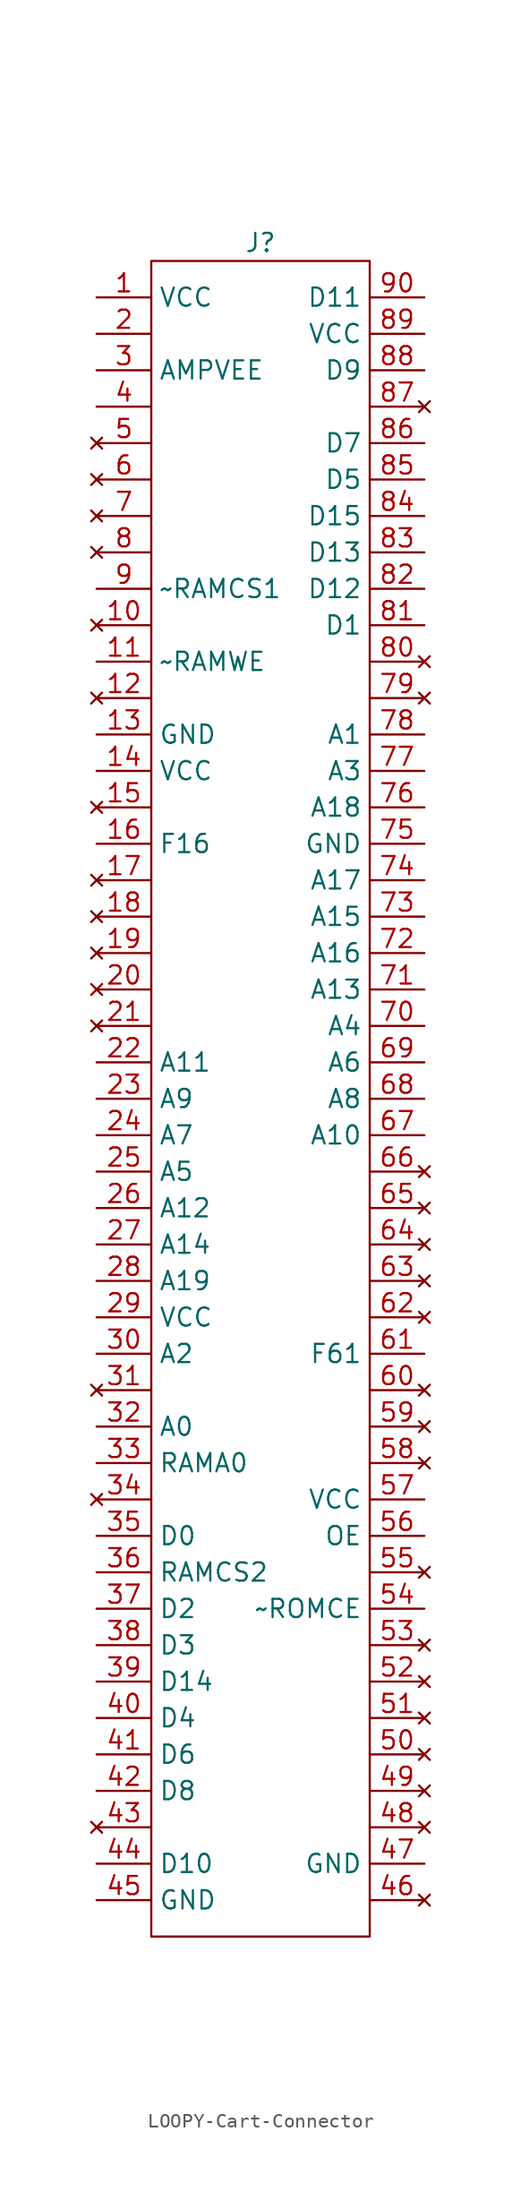
<source format=kicad_sym>
(kicad_symbol_lib
  (version 20220914)
  (generator kicad_symbol_editor)
  (symbol "LOOPY-Cart-Connector"
    (property "Reference" "J"
      (at 0 1.27 0)
      (effects (font (size 1.27 1.27))))
    (property "Value" ""
      (at 0 0 0)
      (effects (font (size 1.27 1.27))))
    (symbol "LOOPY-Cart-Connector_0_1"
      (rectangle (start -7.62 0) (end 7.62 -116.84) (stroke (width 0) (type default)) (fill (type none))))
    (symbol "LOOPY-Cart-Connector_1_1"
      (pin power_in line (at -11.43 -2.54 0) (length 3.81) (name "VCC" (effects (font (size 1.27 1.27)))) (number "1" (effects (font (size 1.27 1.27)))))
      (pin no_connect line (at -11.43 -25.4 0) (length 3.81) (name "" (effects (font (size 1.27 1.27)))) (number "10" (effects (font (size 1.27 1.27)))))
      (pin output line (at -11.43 -27.94 0) (length 3.81) (name "~RAMWE" (effects (font (size 1.27 1.27)))) (number "11" (effects (font (size 1.27 1.27)))))
      (pin no_connect line (at -11.43 -30.48 0) (length 3.81) (name "" (effects (font (size 1.27 1.27)))) (number "12" (effects (font (size 1.27 1.27)))))
      (pin power_in line (at -11.43 -33.02 0) (length 3.81) (name "GND" (effects (font (size 1.27 1.27)))) (number "13" (effects (font (size 1.27 1.27)))))
      (pin power_in line (at -11.43 -35.56 0) (length 3.81) (name "VCC" (effects (font (size 1.27 1.27)))) (number "14" (effects (font (size 1.27 1.27)))))
      (pin no_connect line (at -11.43 -38.1 0) (length 3.81) (name "" (effects (font (size 1.27 1.27)))) (number "15" (effects (font (size 1.27 1.27)))))
      (pin passive line (at -11.43 -40.64 0) (length 3.81) (name "F16" (effects (font (size 1.27 1.27)))) (number "16" (effects (font (size 1.27 1.27)))))
      (pin no_connect line (at -11.43 -43.18 0) (length 3.81) (name "" (effects (font (size 1.27 1.27)))) (number "17" (effects (font (size 1.27 1.27)))))
      (pin no_connect line (at -11.43 -45.72 0) (length 3.81) (name "" (effects (font (size 1.27 1.27)))) (number "18" (effects (font (size 1.27 1.27)))))
      (pin no_connect line (at -11.43 -48.26 0) (length 3.81) (name "" (effects (font (size 1.27 1.27)))) (number "19" (effects (font (size 1.27 1.27)))))
      (pin bidirectional line (at -11.43 -5.08 0) (length 3.81) (name "" (effects (font (size 1.27 1.27)))) (number "2" (effects (font (size 1.27 1.27)))))
      (pin no_connect line (at -11.43 -50.8 0) (length 3.81) (name "" (effects (font (size 1.27 1.27)))) (number "20" (effects (font (size 1.27 1.27)))))
      (pin no_connect line (at -11.43 -53.34 0) (length 3.81) (name "" (effects (font (size 1.27 1.27)))) (number "21" (effects (font (size 1.27 1.27)))))
      (pin bidirectional line (at -11.43 -55.88 0) (length 3.81) (name "A11" (effects (font (size 1.27 1.27)))) (number "22" (effects (font (size 1.27 1.27)))))
      (pin bidirectional line (at -11.43 -58.42 0) (length 3.81) (name "A9" (effects (font (size 1.27 1.27)))) (number "23" (effects (font (size 1.27 1.27)))))
      (pin bidirectional line (at -11.43 -60.96 0) (length 3.81) (name "A7" (effects (font (size 1.27 1.27)))) (number "24" (effects (font (size 1.27 1.27)))))
      (pin bidirectional line (at -11.43 -63.5 0) (length 3.81) (name "A5" (effects (font (size 1.27 1.27)))) (number "25" (effects (font (size 1.27 1.27)))))
      (pin bidirectional line (at -11.43 -66.04 0) (length 3.81) (name "A12" (effects (font (size 1.27 1.27)))) (number "26" (effects (font (size 1.27 1.27)))))
      (pin bidirectional line (at -11.43 -68.58 0) (length 3.81) (name "A14" (effects (font (size 1.27 1.27)))) (number "27" (effects (font (size 1.27 1.27)))))
      (pin bidirectional line (at -11.43 -71.12 0) (length 3.81) (name "A19" (effects (font (size 1.27 1.27)))) (number "28" (effects (font (size 1.27 1.27)))))
      (pin power_out line (at -11.43 -73.66 0) (length 3.81) (name "VCC" (effects (font (size 1.27 1.27)))) (number "29" (effects (font (size 1.27 1.27)))))
      (pin power_in line (at -11.43 -7.62 0) (length 3.81) (name "AMPVEE" (effects (font (size 1.27 1.27)))) (number "3" (effects (font (size 1.27 1.27)))))
      (pin bidirectional line (at -11.43 -76.2 0) (length 3.81) (name "A2" (effects (font (size 1.27 1.27)))) (number "30" (effects (font (size 1.27 1.27)))))
      (pin no_connect line (at -11.43 -78.74 0) (length 3.81) (name "" (effects (font (size 1.27 1.27)))) (number "31" (effects (font (size 1.27 1.27)))))
      (pin bidirectional line (at -11.43 -81.28 0) (length 3.81) (name "A0" (effects (font (size 1.27 1.27)))) (number "32" (effects (font (size 1.27 1.27)))))
      (pin bidirectional line (at -11.43 -83.82 0) (length 3.81) (name "RAMA0" (effects (font (size 1.27 1.27)))) (number "33" (effects (font (size 1.27 1.27)))))
      (pin no_connect line (at -11.43 -86.36 0) (length 3.81) (name "" (effects (font (size 1.27 1.27)))) (number "34" (effects (font (size 1.27 1.27)))))
      (pin bidirectional line (at -11.43 -88.9 0) (length 3.81) (name "D0" (effects (font (size 1.27 1.27)))) (number "35" (effects (font (size 1.27 1.27)))))
      (pin output line (at -11.43 -91.44 0) (length 3.81) (name "RAMCS2" (effects (font (size 1.27 1.27)))) (number "36" (effects (font (size 1.27 1.27)))))
      (pin bidirectional line (at -11.43 -93.98 0) (length 3.81) (name "D2" (effects (font (size 1.27 1.27)))) (number "37" (effects (font (size 1.27 1.27)))))
      (pin bidirectional line (at -11.43 -96.52 0) (length 3.81) (name "D3" (effects (font (size 1.27 1.27)))) (number "38" (effects (font (size 1.27 1.27)))))
      (pin bidirectional line (at -11.43 -99.06 0) (length 3.81) (name "D14" (effects (font (size 1.27 1.27)))) (number "39" (effects (font (size 1.27 1.27)))))
      (pin bidirectional line (at -11.43 -10.16 0) (length 3.81) (name "" (effects (font (size 1.27 1.27)))) (number "4" (effects (font (size 1.27 1.27)))))
      (pin bidirectional line (at -11.43 -101.6 0) (length 3.81) (name "D4" (effects (font (size 1.27 1.27)))) (number "40" (effects (font (size 1.27 1.27)))))
      (pin bidirectional line (at -11.43 -104.14 0) (length 3.81) (name "D6" (effects (font (size 1.27 1.27)))) (number "41" (effects (font (size 1.27 1.27)))))
      (pin bidirectional line (at -11.43 -106.68 0) (length 3.81) (name "D8" (effects (font (size 1.27 1.27)))) (number "42" (effects (font (size 1.27 1.27)))))
      (pin no_connect line (at -11.43 -109.22 0) (length 3.81) (name "" (effects (font (size 1.27 1.27)))) (number "43" (effects (font (size 1.27 1.27)))))
      (pin bidirectional line (at -11.43 -111.76 0) (length 3.81) (name "D10" (effects (font (size 1.27 1.27)))) (number "44" (effects (font (size 1.27 1.27)))))
      (pin power_in line (at -11.43 -114.3 0) (length 3.81) (name "GND" (effects (font (size 1.27 1.27)))) (number "45" (effects (font (size 1.27 1.27)))))
      (pin no_connect line (at 11.43 -114.3 180) (length 3.81) (name "" (effects (font (size 1.27 1.27)))) (number "46" (effects (font (size 1.27 1.27)))))
      (pin power_in line (at 11.43 -111.76 180) (length 3.81) (name "GND" (effects (font (size 1.27 1.27)))) (number "47" (effects (font (size 1.27 1.27)))))
      (pin no_connect line (at 11.43 -109.22 180) (length 3.81) (name "" (effects (font (size 1.27 1.27)))) (number "48" (effects (font (size 1.27 1.27)))))
      (pin no_connect line (at 11.43 -106.68 180) (length 3.81) (name "" (effects (font (size 1.27 1.27)))) (number "49" (effects (font (size 1.27 1.27)))))
      (pin no_connect line (at -11.43 -12.7 0) (length 3.81) (name "" (effects (font (size 1.27 1.27)))) (number "5" (effects (font (size 1.27 1.27)))))
      (pin no_connect line (at 11.43 -104.14 180) (length 3.81) (name "" (effects (font (size 1.27 1.27)))) (number "50" (effects (font (size 1.27 1.27)))))
      (pin no_connect line (at 11.43 -101.6 180) (length 3.81) (name "" (effects (font (size 1.27 1.27)))) (number "51" (effects (font (size 1.27 1.27)))))
      (pin no_connect line (at 11.43 -99.06 180) (length 3.81) (name "" (effects (font (size 1.27 1.27)))) (number "52" (effects (font (size 1.27 1.27)))))
      (pin no_connect line (at 11.43 -96.52 180) (length 3.81) (name "" (effects (font (size 1.27 1.27)))) (number "53" (effects (font (size 1.27 1.27)))))
      (pin output line (at 11.43 -93.98 180) (length 3.81) (name "~ROMCE" (effects (font (size 1.27 1.27)))) (number "54" (effects (font (size 1.27 1.27)))))
      (pin no_connect line (at 11.43 -91.44 180) (length 3.81) (name "" (effects (font (size 1.27 1.27)))) (number "55" (effects (font (size 1.27 1.27)))))
      (pin passive line (at 11.43 -88.9 180) (length 3.81) (name "OE" (effects (font (size 1.27 1.27)))) (number "56" (effects (font (size 1.27 1.27)))))
      (pin power_in line (at 11.43 -86.36 180) (length 3.81) (name "VCC" (effects (font (size 1.27 1.27)))) (number "57" (effects (font (size 1.27 1.27)))))
      (pin no_connect line (at 11.43 -83.82 180) (length 3.81) (name "" (effects (font (size 1.27 1.27)))) (number "58" (effects (font (size 1.27 1.27)))))
      (pin no_connect line (at 11.43 -81.28 180) (length 3.81) (name "" (effects (font (size 1.27 1.27)))) (number "59" (effects (font (size 1.27 1.27)))))
      (pin no_connect line (at -11.43 -15.24 0) (length 3.81) (name "" (effects (font (size 1.27 1.27)))) (number "6" (effects (font (size 1.27 1.27)))))
      (pin no_connect line (at 11.43 -78.74 180) (length 3.81) (name "" (effects (font (size 1.27 1.27)))) (number "60" (effects (font (size 1.27 1.27)))))
      (pin passive line (at 11.43 -76.2 180) (length 3.81) (name "F61" (effects (font (size 1.27 1.27)))) (number "61" (effects (font (size 1.27 1.27)))))
      (pin no_connect line (at 11.43 -73.66 180) (length 3.81) (name "" (effects (font (size 1.27 1.27)))) (number "62" (effects (font (size 1.27 1.27)))))
      (pin no_connect line (at 11.43 -71.12 180) (length 3.81) (name "" (effects (font (size 1.27 1.27)))) (number "63" (effects (font (size 1.27 1.27)))))
      (pin no_connect line (at 11.43 -68.58 180) (length 3.81) (name "" (effects (font (size 1.27 1.27)))) (number "64" (effects (font (size 1.27 1.27)))))
      (pin no_connect line (at 11.43 -66.04 180) (length 3.81) (name "" (effects (font (size 1.27 1.27)))) (number "65" (effects (font (size 1.27 1.27)))))
      (pin no_connect line (at 11.43 -63.5 180) (length 3.81) (name "" (effects (font (size 1.27 1.27)))) (number "66" (effects (font (size 1.27 1.27)))))
      (pin bidirectional line (at 11.43 -60.96 180) (length 3.81) (name "A10" (effects (font (size 1.27 1.27)))) (number "67" (effects (font (size 1.27 1.27)))))
      (pin bidirectional line (at 11.43 -58.42 180) (length 3.81) (name "A8" (effects (font (size 1.27 1.27)))) (number "68" (effects (font (size 1.27 1.27)))))
      (pin bidirectional line (at 11.43 -55.88 180) (length 3.81) (name "A6" (effects (font (size 1.27 1.27)))) (number "69" (effects (font (size 1.27 1.27)))))
      (pin no_connect line (at -11.43 -17.78 0) (length 3.81) (name "" (effects (font (size 1.27 1.27)))) (number "7" (effects (font (size 1.27 1.27)))))
      (pin bidirectional line (at 11.43 -53.34 180) (length 3.81) (name "A4" (effects (font (size 1.27 1.27)))) (number "70" (effects (font (size 1.27 1.27)))))
      (pin bidirectional line (at 11.43 -50.8 180) (length 3.81) (name "A13" (effects (font (size 1.27 1.27)))) (number "71" (effects (font (size 1.27 1.27)))))
      (pin bidirectional line (at 11.43 -48.26 180) (length 3.81) (name "A16" (effects (font (size 1.27 1.27)))) (number "72" (effects (font (size 1.27 1.27)))))
      (pin bidirectional line (at 11.43 -45.72 180) (length 3.81) (name "A15" (effects (font (size 1.27 1.27)))) (number "73" (effects (font (size 1.27 1.27)))))
      (pin bidirectional line (at 11.43 -43.18 180) (length 3.81) (name "A17" (effects (font (size 1.27 1.27)))) (number "74" (effects (font (size 1.27 1.27)))))
      (pin power_in line (at 11.43 -40.64 180) (length 3.81) (name "GND" (effects (font (size 1.27 1.27)))) (number "75" (effects (font (size 1.27 1.27)))))
      (pin bidirectional line (at 11.43 -38.1 180) (length 3.81) (name "A18" (effects (font (size 1.27 1.27)))) (number "76" (effects (font (size 1.27 1.27)))))
      (pin bidirectional line (at 11.43 -35.56 180) (length 3.81) (name "A3" (effects (font (size 1.27 1.27)))) (number "77" (effects (font (size 1.27 1.27)))))
      (pin bidirectional line (at 11.43 -33.02 180) (length 3.81) (name "A1" (effects (font (size 1.27 1.27)))) (number "78" (effects (font (size 1.27 1.27)))))
      (pin no_connect line (at 11.43 -30.48 180) (length 3.81) (name "" (effects (font (size 1.27 1.27)))) (number "79" (effects (font (size 1.27 1.27)))))
      (pin no_connect line (at -11.43 -20.32 0) (length 3.81) (name "" (effects (font (size 1.27 1.27)))) (number "8" (effects (font (size 1.27 1.27)))))
      (pin no_connect line (at 11.43 -27.94 180) (length 3.81) (name "" (effects (font (size 1.27 1.27)))) (number "80" (effects (font (size 1.27 1.27)))))
      (pin bidirectional line (at 11.43 -25.4 180) (length 3.81) (name "D1" (effects (font (size 1.27 1.27)))) (number "81" (effects (font (size 1.27 1.27)))))
      (pin bidirectional line (at 11.43 -22.86 180) (length 3.81) (name "D12" (effects (font (size 1.27 1.27)))) (number "82" (effects (font (size 1.27 1.27)))))
      (pin bidirectional line (at 11.43 -20.32 180) (length 3.81) (name "D13" (effects (font (size 1.27 1.27)))) (number "83" (effects (font (size 1.27 1.27)))))
      (pin bidirectional line (at 11.43 -17.78 180) (length 3.81) (name "D15" (effects (font (size 1.27 1.27)))) (number "84" (effects (font (size 1.27 1.27)))))
      (pin bidirectional line (at 11.43 -15.24 180) (length 3.81) (name "D5" (effects (font (size 1.27 1.27)))) (number "85" (effects (font (size 1.27 1.27)))))
      (pin bidirectional line (at 11.43 -12.7 180) (length 3.81) (name "D7" (effects (font (size 1.27 1.27)))) (number "86" (effects (font (size 1.27 1.27)))))
      (pin no_connect line (at 11.43 -10.16 180) (length 3.81) (name "" (effects (font (size 1.27 1.27)))) (number "87" (effects (font (size 1.27 1.27)))))
      (pin bidirectional line (at 11.43 -7.62 180) (length 3.81) (name "D9" (effects (font (size 1.27 1.27)))) (number "88" (effects (font (size 1.27 1.27)))))
      (pin power_in line (at 11.43 -5.08 180) (length 3.81) (name "VCC" (effects (font (size 1.27 1.27)))) (number "89" (effects (font (size 1.27 1.27)))))
      (pin output line (at -11.43 -22.86 0) (length 3.81) (name "~RAMCS1" (effects (font (size 1.27 1.27)))) (number "9" (effects (font (size 1.27 1.27)))))
      (pin bidirectional line (at 11.43 -2.54 180) (length 3.81) (name "D11" (effects (font (size 1.27 1.27)))) (number "90" (effects (font (size 1.27 1.27))))))))
</source>
